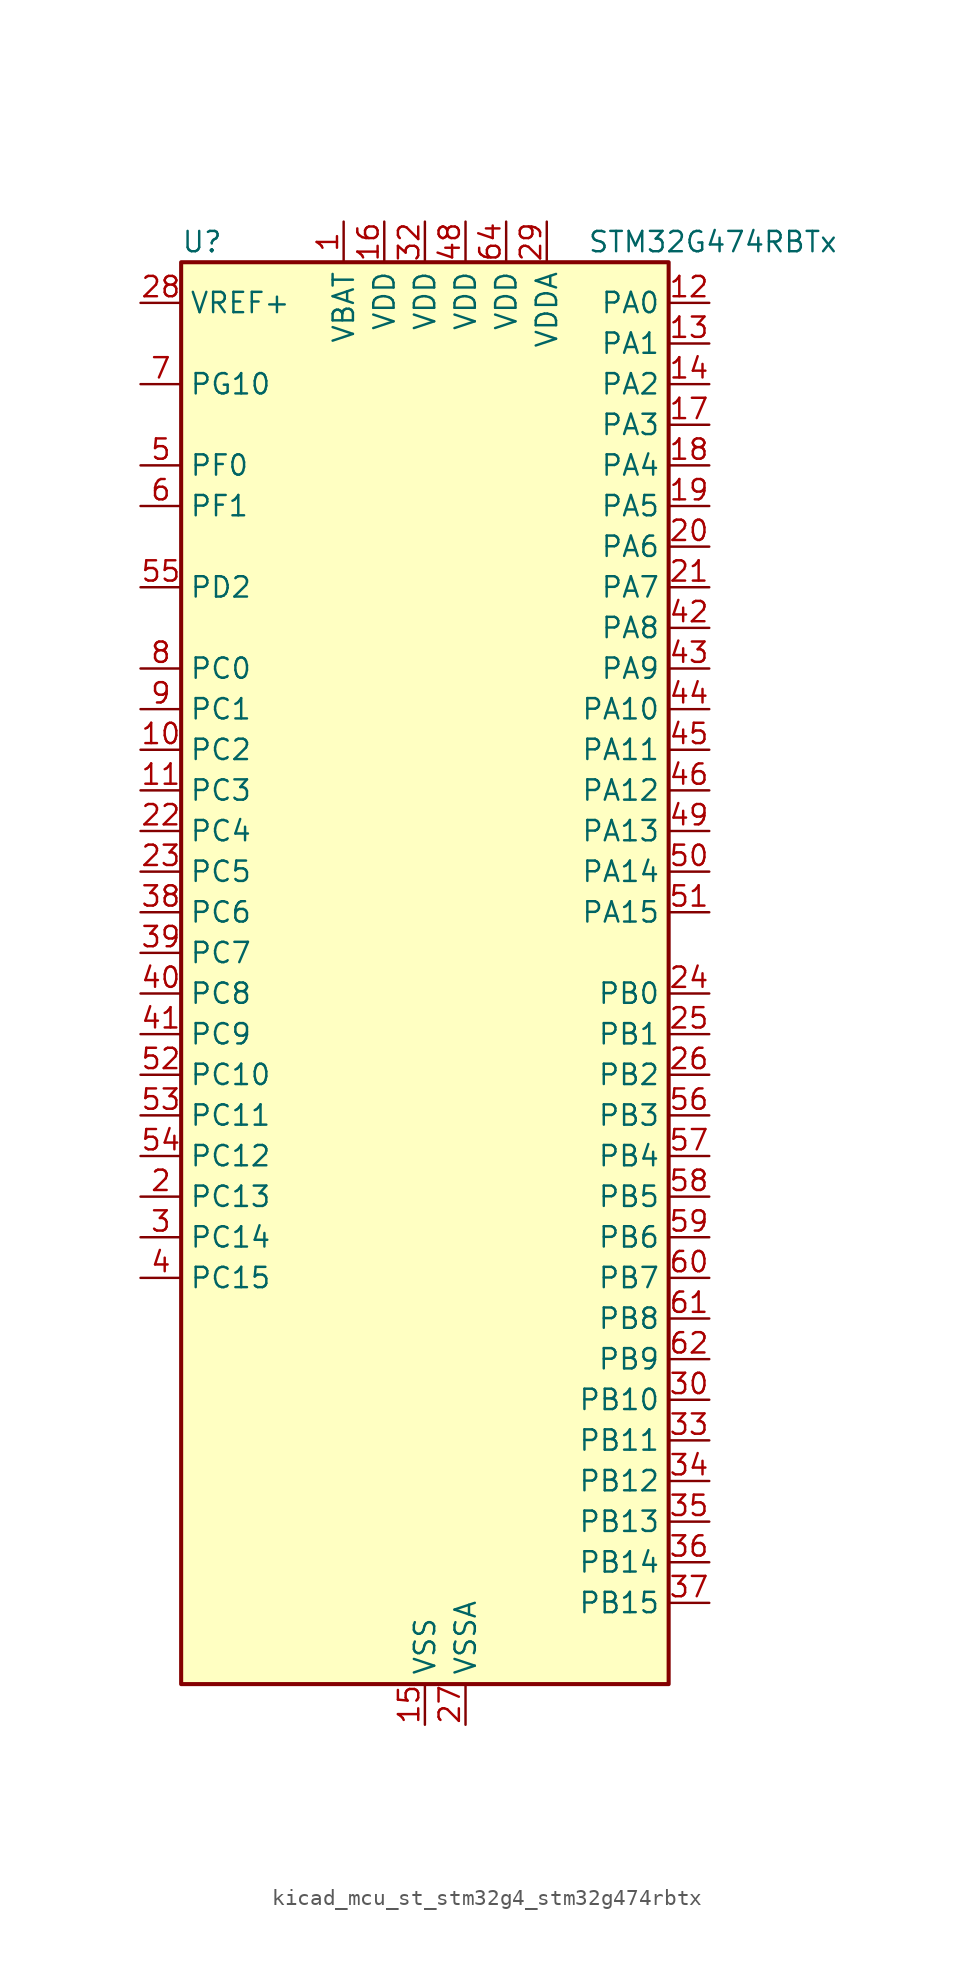
<source format=kicad_sym>
(kicad_symbol_lib
  (version 20220914)
  (generator kicad_symbol_editor)
  (symbol "kicad_mcu_st_stm32g4_stm32g474rbtx"
    (property "Reference" "U"
      (at -15.24 46.99 0)
      (effects (font (size 1.27 1.27)) (justify left)))
    (property "Value" "STM32G474RBTx"
      (at 10.16 46.99 0)
      (effects (font (size 1.27 1.27)) (justify left)))
    (property "ki_locked" ""
      (at 0 0 0)
      (effects (font (size 1.27 1.27))))
    (symbol "kicad_mcu_st_stm32g4_stm32g474rbtx_0_1"
      (rectangle (start -15.24 -43.18) (end 15.24 45.72) (stroke (width 0.254) (type default)) (fill (type background))))
    (symbol "kicad_mcu_st_stm32g4_stm32g474rbtx_1_1"
      (pin power_in line (at -5.08 48.26 270) (length 2.54) (name "VBAT" (effects (font (size 1.27 1.27)))) (number "1" (effects (font (size 1.27 1.27)))))
      (pin bidirectional line (at -17.78 15.24 0) (length 2.54) (name "PC2" (effects (font (size 1.27 1.27)))) (number "10" (effects (font (size 1.27 1.27)))) (alternate "ADC1_IN8" bidirectional line) (alternate "ADC2_IN8" bidirectional line) (alternate "ADC3_EXTI2" bidirectional line) (alternate "ADC4_EXTI2" bidirectional line) (alternate "ADC5_EXTI2" bidirectional line) (alternate "COMP3_OUT" bidirectional line) (alternate "LPTIM1_IN2" bidirectional line) (alternate "QUADSPI1_BK2_IO1" bidirectional line) (alternate "TIM1_CH3" bidirectional line) (alternate "TIM20_CH2" bidirectional line))
      (pin bidirectional line (at -17.78 12.7 0) (length 2.54) (name "PC3" (effects (font (size 1.27 1.27)))) (number "11" (effects (font (size 1.27 1.27)))) (alternate "ADC1_IN9" bidirectional line) (alternate "ADC2_IN9" bidirectional line) (alternate "ADC3_EXTI3" bidirectional line) (alternate "ADC4_EXTI3" bidirectional line) (alternate "ADC5_EXTI3" bidirectional line) (alternate "LPTIM1_ETR" bidirectional line) (alternate "OPAMP5_VINP" bidirectional line) (alternate "OPAMP5_VINP_SEC" bidirectional line) (alternate "QUADSPI1_BK2_IO2" bidirectional line) (alternate "SAI1_D1" bidirectional line) (alternate "SAI1_SD_A" bidirectional line) (alternate "TIM1_BKIN2" bidirectional line) (alternate "TIM1_CH4" bidirectional line))
      (pin bidirectional line (at 17.78 43.18 180) (length 2.54) (name "PA0" (effects (font (size 1.27 1.27)))) (number "12" (effects (font (size 1.27 1.27)))) (alternate "ADC1_IN1" bidirectional line) (alternate "ADC2_IN1" bidirectional line) (alternate "COMP1_INM" bidirectional line) (alternate "COMP1_OUT" bidirectional line) (alternate "COMP3_INP" bidirectional line) (alternate "RTC_TAMP2" bidirectional line) (alternate "SYS_WKUP1" bidirectional line) (alternate "TIM2_CH1" bidirectional line) (alternate "TIM2_ETR" bidirectional line) (alternate "TIM5_CH1" bidirectional line) (alternate "TIM8_BKIN" bidirectional line) (alternate "TIM8_ETR" bidirectional line) (alternate "USART2_CTS" bidirectional line) (alternate "USART2_NSS" bidirectional line))
      (pin bidirectional line (at 17.78 40.64 180) (length 2.54) (name "PA1" (effects (font (size 1.27 1.27)))) (number "13" (effects (font (size 1.27 1.27)))) (alternate "ADC1_IN2" bidirectional line) (alternate "ADC2_IN2" bidirectional line) (alternate "COMP1_INP" bidirectional line) (alternate "OPAMP1_VINP" bidirectional line) (alternate "OPAMP1_VINP_SEC" bidirectional line) (alternate "OPAMP3_VINP" bidirectional line) (alternate "OPAMP3_VINP_SEC" bidirectional line) (alternate "OPAMP6_VINM" bidirectional line) (alternate "OPAMP6_VINM0" bidirectional line) (alternate "OPAMP6_VINM_SEC" bidirectional line) (alternate "RTC_REFIN" bidirectional line) (alternate "TIM15_CH1N" bidirectional line) (alternate "TIM2_CH2" bidirectional line) (alternate "TIM5_CH2" bidirectional line) (alternate "USART2_DE" bidirectional line) (alternate "USART2_RTS" bidirectional line))
      (pin bidirectional line (at 17.78 38.1 180) (length 2.54) (name "PA2" (effects (font (size 1.27 1.27)))) (number "14" (effects (font (size 1.27 1.27)))) (alternate "ADC1_IN3" bidirectional line) (alternate "ADC3_EXTI2" bidirectional line) (alternate "ADC4_EXTI2" bidirectional line) (alternate "ADC5_EXTI2" bidirectional line) (alternate "COMP2_INM" bidirectional line) (alternate "COMP2_OUT" bidirectional line) (alternate "LPUART1_TX" bidirectional line) (alternate "OPAMP1_VOUT" bidirectional line) (alternate "QUADSPI1_BK1_NCS" bidirectional line) (alternate "RCC_LSCO" bidirectional line) (alternate "SYS_WKUP4" bidirectional line) (alternate "TIM15_CH1" bidirectional line) (alternate "TIM2_CH3" bidirectional line) (alternate "TIM5_CH3" bidirectional line) (alternate "UCPD1_FRSTX1" bidirectional line) (alternate "UCPD1_FRSTX2" bidirectional line) (alternate "USART2_TX" bidirectional line))
      (pin power_in line (at 0 -45.72 90) (length 2.54) (name "VSS" (effects (font (size 1.27 1.27)))) (number "15" (effects (font (size 1.27 1.27)))))
      (pin power_in line (at -2.54 48.26 270) (length 2.54) (name "VDD" (effects (font (size 1.27 1.27)))) (number "16" (effects (font (size 1.27 1.27)))))
      (pin bidirectional line (at 17.78 35.56 180) (length 2.54) (name "PA3" (effects (font (size 1.27 1.27)))) (number "17" (effects (font (size 1.27 1.27)))) (alternate "ADC1_IN4" bidirectional line) (alternate "ADC3_EXTI3" bidirectional line) (alternate "ADC4_EXTI3" bidirectional line) (alternate "ADC5_EXTI3" bidirectional line) (alternate "COMP2_INP" bidirectional line) (alternate "LPUART1_RX" bidirectional line) (alternate "OPAMP1_VINM" bidirectional line) (alternate "OPAMP1_VINM0" bidirectional line) (alternate "OPAMP1_VINM_SEC" bidirectional line) (alternate "OPAMP1_VINP" bidirectional line) (alternate "OPAMP1_VINP_SEC" bidirectional line) (alternate "OPAMP5_VINM" bidirectional line) (alternate "OPAMP5_VINM1" bidirectional line) (alternate "OPAMP5_VINM_SEC" bidirectional line) (alternate "QUADSPI1_CLK" bidirectional line) (alternate "SAI1_CK1" bidirectional line) (alternate "SAI1_MCLK_A" bidirectional line) (alternate "TIM15_CH2" bidirectional line) (alternate "TIM2_CH4" bidirectional line) (alternate "TIM5_CH4" bidirectional line) (alternate "USART2_RX" bidirectional line))
      (pin bidirectional line (at 17.78 33.02 180) (length 2.54) (name "PA4" (effects (font (size 1.27 1.27)))) (number "18" (effects (font (size 1.27 1.27)))) (alternate "ADC2_IN17" bidirectional line) (alternate "COMP1_INM" bidirectional line) (alternate "DAC1_OUT1" bidirectional line) (alternate "I2S3_WS" bidirectional line) (alternate "SAI1_FS_B" bidirectional line) (alternate "SPI1_NSS" bidirectional line) (alternate "SPI3_NSS" bidirectional line) (alternate "TIM3_CH2" bidirectional line) (alternate "USART2_CK" bidirectional line))
      (pin bidirectional line (at 17.78 30.48 180) (length 2.54) (name "PA5" (effects (font (size 1.27 1.27)))) (number "19" (effects (font (size 1.27 1.27)))) (alternate "ADC2_IN13" bidirectional line) (alternate "COMP2_INM" bidirectional line) (alternate "DAC1_OUT2" bidirectional line) (alternate "OPAMP2_VINM" bidirectional line) (alternate "OPAMP2_VINM0" bidirectional line) (alternate "OPAMP2_VINM_SEC" bidirectional line) (alternate "SPI1_SCK" bidirectional line) (alternate "TIM2_CH1" bidirectional line) (alternate "TIM2_ETR" bidirectional line) (alternate "UCPD1_FRSTX1" bidirectional line) (alternate "UCPD1_FRSTX2" bidirectional line))
      (pin bidirectional line (at -17.78 -12.7 0) (length 2.54) (name "PC13" (effects (font (size 1.27 1.27)))) (number "2" (effects (font (size 1.27 1.27)))) (alternate "RTC_OUT1" bidirectional line) (alternate "RTC_TAMP1" bidirectional line) (alternate "RTC_TS" bidirectional line) (alternate "SYS_WKUP2" bidirectional line) (alternate "TIM1_BKIN" bidirectional line) (alternate "TIM1_CH1N" bidirectional line) (alternate "TIM8_CH4N" bidirectional line))
      (pin bidirectional line (at 17.78 27.94 180) (length 2.54) (name "PA6" (effects (font (size 1.27 1.27)))) (number "20" (effects (font (size 1.27 1.27)))) (alternate "ADC2_IN3" bidirectional line) (alternate "COMP1_OUT" bidirectional line) (alternate "DAC2_OUT1" bidirectional line) (alternate "LPUART1_CTS" bidirectional line) (alternate "OPAMP2_VOUT" bidirectional line) (alternate "QUADSPI1_BK1_IO3" bidirectional line) (alternate "SPI1_MISO" bidirectional line) (alternate "TIM16_CH1" bidirectional line) (alternate "TIM1_BKIN" bidirectional line) (alternate "TIM3_CH1" bidirectional line) (alternate "TIM8_BKIN" bidirectional line))
      (pin bidirectional line (at 17.78 25.4 180) (length 2.54) (name "PA7" (effects (font (size 1.27 1.27)))) (number "21" (effects (font (size 1.27 1.27)))) (alternate "ADC2_IN4" bidirectional line) (alternate "COMP2_INP" bidirectional line) (alternate "COMP2_OUT" bidirectional line) (alternate "OPAMP1_VINP" bidirectional line) (alternate "OPAMP1_VINP_SEC" bidirectional line) (alternate "OPAMP2_VINP" bidirectional line) (alternate "OPAMP2_VINP_SEC" bidirectional line) (alternate "QUADSPI1_BK1_IO2" bidirectional line) (alternate "SPI1_MOSI" bidirectional line) (alternate "TIM17_CH1" bidirectional line) (alternate "TIM1_CH1N" bidirectional line) (alternate "TIM3_CH2" bidirectional line) (alternate "TIM8_CH1N" bidirectional line) (alternate "UCPD1_FRSTX1" bidirectional line) (alternate "UCPD1_FRSTX2" bidirectional line))
      (pin bidirectional line (at -17.78 10.16 0) (length 2.54) (name "PC4" (effects (font (size 1.27 1.27)))) (number "22" (effects (font (size 1.27 1.27)))) (alternate "ADC2_IN5" bidirectional line) (alternate "I2C2_SCL" bidirectional line) (alternate "QUADSPI1_BK2_IO3" bidirectional line) (alternate "TIM1_ETR" bidirectional line) (alternate "USART1_TX" bidirectional line))
      (pin bidirectional line (at -17.78 7.62 0) (length 2.54) (name "PC5" (effects (font (size 1.27 1.27)))) (number "23" (effects (font (size 1.27 1.27)))) (alternate "ADC2_IN11" bidirectional line) (alternate "HRTIM1_EEV10" bidirectional line) (alternate "OPAMP1_VINM" bidirectional line) (alternate "OPAMP1_VINM1" bidirectional line) (alternate "OPAMP1_VINM_SEC" bidirectional line) (alternate "OPAMP2_VINM" bidirectional line) (alternate "OPAMP2_VINM1" bidirectional line) (alternate "OPAMP2_VINM_SEC" bidirectional line) (alternate "SAI1_D3" bidirectional line) (alternate "SYS_WKUP5" bidirectional line) (alternate "TIM15_BKIN" bidirectional line) (alternate "TIM1_CH4N" bidirectional line) (alternate "USART1_RX" bidirectional line))
      (pin bidirectional line (at 17.78 0 180) (length 2.54) (name "PB0" (effects (font (size 1.27 1.27)))) (number "24" (effects (font (size 1.27 1.27)))) (alternate "ADC1_IN15" bidirectional line) (alternate "ADC3_IN12" bidirectional line) (alternate "COMP4_INP" bidirectional line) (alternate "HRTIM1_FLT5" bidirectional line) (alternate "OPAMP2_VINP" bidirectional line) (alternate "OPAMP2_VINP_SEC" bidirectional line) (alternate "OPAMP3_VINP" bidirectional line) (alternate "OPAMP3_VINP_SEC" bidirectional line) (alternate "QUADSPI1_BK1_IO1" bidirectional line) (alternate "TIM1_CH2N" bidirectional line) (alternate "TIM3_CH3" bidirectional line) (alternate "TIM8_CH2N" bidirectional line) (alternate "UCPD1_FRSTX1" bidirectional line) (alternate "UCPD1_FRSTX2" bidirectional line))
      (pin bidirectional line (at 17.78 -2.54 180) (length 2.54) (name "PB1" (effects (font (size 1.27 1.27)))) (number "25" (effects (font (size 1.27 1.27)))) (alternate "ADC1_IN12" bidirectional line) (alternate "ADC3_IN1" bidirectional line) (alternate "COMP1_INP" bidirectional line) (alternate "COMP4_OUT" bidirectional line) (alternate "HRTIM1_SCOUT" bidirectional line) (alternate "LPUART1_DE" bidirectional line) (alternate "LPUART1_RTS" bidirectional line) (alternate "OPAMP3_VOUT" bidirectional line) (alternate "OPAMP6_VINM" bidirectional line) (alternate "OPAMP6_VINM1" bidirectional line) (alternate "OPAMP6_VINM_SEC" bidirectional line) (alternate "QUADSPI1_BK1_IO0" bidirectional line) (alternate "TIM1_CH3N" bidirectional line) (alternate "TIM3_CH4" bidirectional line) (alternate "TIM8_CH3N" bidirectional line))
      (pin bidirectional line (at 17.78 -5.08 180) (length 2.54) (name "PB2" (effects (font (size 1.27 1.27)))) (number "26" (effects (font (size 1.27 1.27)))) (alternate "ADC2_IN12" bidirectional line) (alternate "ADC3_EXTI2" bidirectional line) (alternate "ADC4_EXTI2" bidirectional line) (alternate "ADC5_EXTI2" bidirectional line) (alternate "COMP4_INM" bidirectional line) (alternate "HRTIM1_SCIN" bidirectional line) (alternate "I2C3_SMBA" bidirectional line) (alternate "LPTIM1_OUT" bidirectional line) (alternate "OPAMP3_VINM" bidirectional line) (alternate "OPAMP3_VINM0" bidirectional line) (alternate "OPAMP3_VINM_SEC" bidirectional line) (alternate "QUADSPI1_BK2_IO1" bidirectional line) (alternate "RTC_OUT2" bidirectional line) (alternate "TIM20_CH1" bidirectional line) (alternate "TIM5_CH1" bidirectional line))
      (pin power_in line (at 2.54 -45.72 90) (length 2.54) (name "VSSA" (effects (font (size 1.27 1.27)))) (number "27" (effects (font (size 1.27 1.27)))))
      (pin input line (at -17.78 43.18 0) (length 2.54) (name "VREF+" (effects (font (size 1.27 1.27)))) (number "28" (effects (font (size 1.27 1.27)))) (alternate "VREFBUF_OUT" bidirectional line))
      (pin power_in line (at 7.62 48.26 270) (length 2.54) (name "VDDA" (effects (font (size 1.27 1.27)))) (number "29" (effects (font (size 1.27 1.27)))))
      (pin bidirectional line (at -17.78 -15.24 0) (length 2.54) (name "PC14" (effects (font (size 1.27 1.27)))) (number "3" (effects (font (size 1.27 1.27)))) (alternate "RCC_OSC32_IN" bidirectional line))
      (pin bidirectional line (at 17.78 -25.4 180) (length 2.54) (name "PB10" (effects (font (size 1.27 1.27)))) (number "30" (effects (font (size 1.27 1.27)))) (alternate "COMP5_INM" bidirectional line) (alternate "DAC1_EXTI10" bidirectional line) (alternate "DAC2_EXTI10" bidirectional line) (alternate "DAC3_EXTI10" bidirectional line) (alternate "DAC4_EXTI10" bidirectional line) (alternate "HRTIM1_FLT3" bidirectional line) (alternate "LPUART1_RX" bidirectional line) (alternate "OPAMP3_VINM" bidirectional line) (alternate "OPAMP3_VINM1" bidirectional line) (alternate "OPAMP3_VINM_SEC" bidirectional line) (alternate "OPAMP4_VINM" bidirectional line) (alternate "OPAMP4_VINM0" bidirectional line) (alternate "OPAMP4_VINM_SEC" bidirectional line) (alternate "QUADSPI1_CLK" bidirectional line) (alternate "SAI1_SCK_A" bidirectional line) (alternate "TIM1_BKIN" bidirectional line) (alternate "TIM2_CH3" bidirectional line) (alternate "USART3_TX" bidirectional line))
      (pin passive line (at 0 -45.72 90) (length 2.54) hide (name "VSS" (effects (font (size 1.27 1.27)))) (number "31" (effects (font (size 1.27 1.27)))))
      (pin power_in line (at 0 48.26 270) (length 2.54) (name "VDD" (effects (font (size 1.27 1.27)))) (number "32" (effects (font (size 1.27 1.27)))))
      (pin bidirectional line (at 17.78 -27.94 180) (length 2.54) (name "PB11" (effects (font (size 1.27 1.27)))) (number "33" (effects (font (size 1.27 1.27)))) (alternate "ADC1_EXTI11" bidirectional line) (alternate "ADC1_IN14" bidirectional line) (alternate "ADC2_EXTI11" bidirectional line) (alternate "ADC2_IN14" bidirectional line) (alternate "COMP6_INP" bidirectional line) (alternate "HRTIM1_FLT4" bidirectional line) (alternate "LPUART1_TX" bidirectional line) (alternate "OPAMP4_VINP" bidirectional line) (alternate "OPAMP4_VINP_SEC" bidirectional line) (alternate "OPAMP6_VOUT" bidirectional line) (alternate "QUADSPI1_BK1_NCS" bidirectional line) (alternate "TIM2_CH4" bidirectional line) (alternate "USART3_RX" bidirectional line))
      (pin bidirectional line (at 17.78 -30.48 180) (length 2.54) (name "PB12" (effects (font (size 1.27 1.27)))) (number "34" (effects (font (size 1.27 1.27)))) (alternate "ADC1_IN11" bidirectional line) (alternate "ADC4_IN3" bidirectional line) (alternate "COMP7_INM" bidirectional line) (alternate "FDCAN2_RX" bidirectional line) (alternate "HRTIM1_CHC1" bidirectional line) (alternate "I2C2_SMBA" bidirectional line) (alternate "I2S2_WS" bidirectional line) (alternate "LPUART1_DE" bidirectional line) (alternate "LPUART1_RTS" bidirectional line) (alternate "OPAMP4_VOUT" bidirectional line) (alternate "OPAMP6_VINP" bidirectional line) (alternate "OPAMP6_VINP_SEC" bidirectional line) (alternate "SPI2_NSS" bidirectional line) (alternate "TIM1_BKIN" bidirectional line) (alternate "TIM5_ETR" bidirectional line) (alternate "USART3_CK" bidirectional line))
      (pin bidirectional line (at 17.78 -33.02 180) (length 2.54) (name "PB13" (effects (font (size 1.27 1.27)))) (number "35" (effects (font (size 1.27 1.27)))) (alternate "ADC3_IN5" bidirectional line) (alternate "COMP5_INP" bidirectional line) (alternate "FDCAN2_TX" bidirectional line) (alternate "HRTIM1_CHC2" bidirectional line) (alternate "I2S2_CK" bidirectional line) (alternate "LPUART1_CTS" bidirectional line) (alternate "OPAMP3_VINP" bidirectional line) (alternate "OPAMP3_VINP_SEC" bidirectional line) (alternate "OPAMP4_VINP" bidirectional line) (alternate "OPAMP4_VINP_SEC" bidirectional line) (alternate "OPAMP6_VINP" bidirectional line) (alternate "OPAMP6_VINP_SEC" bidirectional line) (alternate "SPI2_SCK" bidirectional line) (alternate "TIM1_CH1N" bidirectional line) (alternate "USART3_CTS" bidirectional line) (alternate "USART3_NSS" bidirectional line))
      (pin bidirectional line (at 17.78 -35.56 180) (length 2.54) (name "PB14" (effects (font (size 1.27 1.27)))) (number "36" (effects (font (size 1.27 1.27)))) (alternate "ADC1_IN5" bidirectional line) (alternate "ADC4_IN4" bidirectional line) (alternate "COMP4_OUT" bidirectional line) (alternate "COMP7_INP" bidirectional line) (alternate "HRTIM1_CHD1" bidirectional line) (alternate "OPAMP2_VINP" bidirectional line) (alternate "OPAMP2_VINP_SEC" bidirectional line) (alternate "OPAMP5_VINP" bidirectional line) (alternate "OPAMP5_VINP_SEC" bidirectional line) (alternate "SPI2_MISO" bidirectional line) (alternate "TIM15_CH1" bidirectional line) (alternate "TIM1_CH2N" bidirectional line) (alternate "USART3_DE" bidirectional line) (alternate "USART3_RTS" bidirectional line))
      (pin bidirectional line (at 17.78 -38.1 180) (length 2.54) (name "PB15" (effects (font (size 1.27 1.27)))) (number "37" (effects (font (size 1.27 1.27)))) (alternate "ADC1_EXTI15" bidirectional line) (alternate "ADC2_EXTI15" bidirectional line) (alternate "ADC2_IN15" bidirectional line) (alternate "ADC4_IN5" bidirectional line) (alternate "COMP3_OUT" bidirectional line) (alternate "COMP6_INM" bidirectional line) (alternate "HRTIM1_CHD2" bidirectional line) (alternate "I2S2_SD" bidirectional line) (alternate "OPAMP5_VINM" bidirectional line) (alternate "OPAMP5_VINM0" bidirectional line) (alternate "OPAMP5_VINM_SEC" bidirectional line) (alternate "RTC_REFIN" bidirectional line) (alternate "SPI2_MOSI" bidirectional line) (alternate "TIM15_CH1N" bidirectional line) (alternate "TIM15_CH2" bidirectional line) (alternate "TIM1_CH3N" bidirectional line))
      (pin bidirectional line (at -17.78 5.08 0) (length 2.54) (name "PC6" (effects (font (size 1.27 1.27)))) (number "38" (effects (font (size 1.27 1.27)))) (alternate "COMP6_OUT" bidirectional line) (alternate "HRTIM1_CHF1" bidirectional line) (alternate "HRTIM1_EEV10" bidirectional line) (alternate "I2C4_SCL" bidirectional line) (alternate "I2S2_MCK" bidirectional line) (alternate "TIM3_CH1" bidirectional line) (alternate "TIM8_CH1" bidirectional line))
      (pin bidirectional line (at -17.78 2.54 0) (length 2.54) (name "PC7" (effects (font (size 1.27 1.27)))) (number "39" (effects (font (size 1.27 1.27)))) (alternate "COMP5_OUT" bidirectional line) (alternate "HRTIM1_CHF2" bidirectional line) (alternate "HRTIM1_FLT5" bidirectional line) (alternate "I2C4_SDA" bidirectional line) (alternate "I2S3_MCK" bidirectional line) (alternate "TIM3_CH2" bidirectional line) (alternate "TIM8_CH2" bidirectional line))
      (pin bidirectional line (at -17.78 -17.78 0) (length 2.54) (name "PC15" (effects (font (size 1.27 1.27)))) (number "4" (effects (font (size 1.27 1.27)))) (alternate "ADC1_EXTI15" bidirectional line) (alternate "ADC2_EXTI15" bidirectional line) (alternate "RCC_OSC32_OUT" bidirectional line))
      (pin bidirectional line (at -17.78 0 0) (length 2.54) (name "PC8" (effects (font (size 1.27 1.27)))) (number "40" (effects (font (size 1.27 1.27)))) (alternate "COMP7_OUT" bidirectional line) (alternate "HRTIM1_CHE1" bidirectional line) (alternate "I2C3_SCL" bidirectional line) (alternate "TIM20_CH3" bidirectional line) (alternate "TIM3_CH3" bidirectional line) (alternate "TIM8_CH3" bidirectional line))
      (pin bidirectional line (at -17.78 -2.54 0) (length 2.54) (name "PC9" (effects (font (size 1.27 1.27)))) (number "41" (effects (font (size 1.27 1.27)))) (alternate "DAC1_EXTI9" bidirectional line) (alternate "DAC2_EXTI9" bidirectional line) (alternate "DAC3_EXTI9" bidirectional line) (alternate "DAC4_EXTI9" bidirectional line) (alternate "HRTIM1_CHE2" bidirectional line) (alternate "I2C3_SDA" bidirectional line) (alternate "I2S_CKIN" bidirectional line) (alternate "TIM3_CH4" bidirectional line) (alternate "TIM8_BKIN2" bidirectional line) (alternate "TIM8_CH4" bidirectional line))
      (pin bidirectional line (at 17.78 22.86 180) (length 2.54) (name "PA8" (effects (font (size 1.27 1.27)))) (number "42" (effects (font (size 1.27 1.27)))) (alternate "ADC5_IN1" bidirectional line) (alternate "COMP7_OUT" bidirectional line) (alternate "FDCAN3_RX" bidirectional line) (alternate "HRTIM1_CHA1" bidirectional line) (alternate "I2C2_SDA" bidirectional line) (alternate "I2C3_SCL" bidirectional line) (alternate "I2S2_MCK" bidirectional line) (alternate "OPAMP5_VOUT" bidirectional line) (alternate "RCC_MCO" bidirectional line) (alternate "SAI1_CK2" bidirectional line) (alternate "SAI1_SCK_A" bidirectional line) (alternate "TIM1_CH1" bidirectional line) (alternate "TIM4_ETR" bidirectional line) (alternate "USART1_CK" bidirectional line))
      (pin bidirectional line (at 17.78 20.32 180) (length 2.54) (name "PA9" (effects (font (size 1.27 1.27)))) (number "43" (effects (font (size 1.27 1.27)))) (alternate "ADC5_IN2" bidirectional line) (alternate "COMP5_OUT" bidirectional line) (alternate "DAC1_EXTI9" bidirectional line) (alternate "DAC2_EXTI9" bidirectional line) (alternate "DAC3_EXTI9" bidirectional line) (alternate "DAC4_EXTI9" bidirectional line) (alternate "HRTIM1_CHA2" bidirectional line) (alternate "I2C2_SCL" bidirectional line) (alternate "I2C3_SMBA" bidirectional line) (alternate "I2S3_MCK" bidirectional line) (alternate "SAI1_FS_A" bidirectional line) (alternate "TIM15_BKIN" bidirectional line) (alternate "TIM1_CH2" bidirectional line) (alternate "TIM2_CH3" bidirectional line) (alternate "UCPD1_DBCC1" bidirectional line) (alternate "USART1_TX" bidirectional line))
      (pin bidirectional line (at 17.78 17.78 180) (length 2.54) (name "PA10" (effects (font (size 1.27 1.27)))) (number "44" (effects (font (size 1.27 1.27)))) (alternate "COMP6_OUT" bidirectional line) (alternate "CRS_SYNC" bidirectional line) (alternate "DAC1_EXTI10" bidirectional line) (alternate "DAC2_EXTI10" bidirectional line) (alternate "DAC3_EXTI10" bidirectional line) (alternate "DAC4_EXTI10" bidirectional line) (alternate "HRTIM1_CHB1" bidirectional line) (alternate "I2C2_SMBA" bidirectional line) (alternate "SAI1_D1" bidirectional line) (alternate "SAI1_SD_A" bidirectional line) (alternate "SPI2_MISO" bidirectional line) (alternate "TIM17_BKIN" bidirectional line) (alternate "TIM1_CH3" bidirectional line) (alternate "TIM2_CH4" bidirectional line) (alternate "TIM8_BKIN" bidirectional line) (alternate "UCPD1_DBCC2" bidirectional line) (alternate "USART1_RX" bidirectional line))
      (pin bidirectional line (at 17.78 15.24 180) (length 2.54) (name "PA11" (effects (font (size 1.27 1.27)))) (number "45" (effects (font (size 1.27 1.27)))) (alternate "ADC1_EXTI11" bidirectional line) (alternate "ADC2_EXTI11" bidirectional line) (alternate "COMP1_OUT" bidirectional line) (alternate "FDCAN1_RX" bidirectional line) (alternate "HRTIM1_CHB2" bidirectional line) (alternate "I2S2_SD" bidirectional line) (alternate "SPI2_MOSI" bidirectional line) (alternate "TIM1_BKIN2" bidirectional line) (alternate "TIM1_CH1N" bidirectional line) (alternate "TIM1_CH4" bidirectional line) (alternate "TIM4_CH1" bidirectional line) (alternate "USART1_CTS" bidirectional line) (alternate "USART1_NSS" bidirectional line) (alternate "USB_DM" bidirectional line))
      (pin bidirectional line (at 17.78 12.7 180) (length 2.54) (name "PA12" (effects (font (size 1.27 1.27)))) (number "46" (effects (font (size 1.27 1.27)))) (alternate "COMP2_OUT" bidirectional line) (alternate "FDCAN1_TX" bidirectional line) (alternate "HRTIM1_FLT1" bidirectional line) (alternate "I2S_CKIN" bidirectional line) (alternate "TIM16_CH1" bidirectional line) (alternate "TIM1_CH2N" bidirectional line) (alternate "TIM1_ETR" bidirectional line) (alternate "TIM4_CH2" bidirectional line) (alternate "USART1_DE" bidirectional line) (alternate "USART1_RTS" bidirectional line) (alternate "USB_DP" bidirectional line))
      (pin passive line (at 0 -45.72 90) (length 2.54) hide (name "VSS" (effects (font (size 1.27 1.27)))) (number "47" (effects (font (size 1.27 1.27)))))
      (pin power_in line (at 2.54 48.26 270) (length 2.54) (name "VDD" (effects (font (size 1.27 1.27)))) (number "48" (effects (font (size 1.27 1.27)))))
      (pin bidirectional line (at 17.78 10.16 180) (length 2.54) (name "PA13" (effects (font (size 1.27 1.27)))) (number "49" (effects (font (size 1.27 1.27)))) (alternate "I2C1_SCL" bidirectional line) (alternate "I2C4_SCL" bidirectional line) (alternate "IR_OUT" bidirectional line) (alternate "SAI1_SD_B" bidirectional line) (alternate "SYS_JTMS-SWDIO" bidirectional line) (alternate "TIM16_CH1N" bidirectional line) (alternate "TIM4_CH3" bidirectional line) (alternate "USART3_CTS" bidirectional line) (alternate "USART3_NSS" bidirectional line))
      (pin bidirectional line (at -17.78 33.02 0) (length 2.54) (name "PF0" (effects (font (size 1.27 1.27)))) (number "5" (effects (font (size 1.27 1.27)))) (alternate "ADC1_IN10" bidirectional line) (alternate "I2C2_SDA" bidirectional line) (alternate "I2S2_WS" bidirectional line) (alternate "RCC_OSC_IN" bidirectional line) (alternate "SPI2_NSS" bidirectional line) (alternate "TIM1_CH3N" bidirectional line))
      (pin bidirectional line (at 17.78 7.62 180) (length 2.54) (name "PA14" (effects (font (size 1.27 1.27)))) (number "50" (effects (font (size 1.27 1.27)))) (alternate "I2C1_SDA" bidirectional line) (alternate "I2C4_SMBA" bidirectional line) (alternate "LPTIM1_OUT" bidirectional line) (alternate "SAI1_FS_B" bidirectional line) (alternate "SYS_JTCK-SWCLK" bidirectional line) (alternate "TIM1_BKIN" bidirectional line) (alternate "TIM8_CH2" bidirectional line) (alternate "USART2_TX" bidirectional line))
      (pin bidirectional line (at 17.78 5.08 180) (length 2.54) (name "PA15" (effects (font (size 1.27 1.27)))) (number "51" (effects (font (size 1.27 1.27)))) (alternate "ADC1_EXTI15" bidirectional line) (alternate "ADC2_EXTI15" bidirectional line) (alternate "FDCAN3_TX" bidirectional line) (alternate "HRTIM1_FLT2" bidirectional line) (alternate "I2C1_SCL" bidirectional line) (alternate "I2S3_WS" bidirectional line) (alternate "SPI1_NSS" bidirectional line) (alternate "SPI3_NSS" bidirectional line) (alternate "SYS_JTDI" bidirectional line) (alternate "TIM1_BKIN" bidirectional line) (alternate "TIM2_CH1" bidirectional line) (alternate "TIM2_ETR" bidirectional line) (alternate "TIM8_CH1" bidirectional line) (alternate "UART4_DE" bidirectional line) (alternate "UART4_RTS" bidirectional line) (alternate "USART2_RX" bidirectional line))
      (pin bidirectional line (at -17.78 -5.08 0) (length 2.54) (name "PC10" (effects (font (size 1.27 1.27)))) (number "52" (effects (font (size 1.27 1.27)))) (alternate "DAC1_EXTI10" bidirectional line) (alternate "DAC2_EXTI10" bidirectional line) (alternate "DAC3_EXTI10" bidirectional line) (alternate "DAC4_EXTI10" bidirectional line) (alternate "HRTIM1_FLT6" bidirectional line) (alternate "I2S3_CK" bidirectional line) (alternate "SPI3_SCK" bidirectional line) (alternate "TIM8_CH1N" bidirectional line) (alternate "UART4_TX" bidirectional line) (alternate "USART3_TX" bidirectional line))
      (pin bidirectional line (at -17.78 -7.62 0) (length 2.54) (name "PC11" (effects (font (size 1.27 1.27)))) (number "53" (effects (font (size 1.27 1.27)))) (alternate "ADC1_EXTI11" bidirectional line) (alternate "ADC2_EXTI11" bidirectional line) (alternate "HRTIM1_EEV2" bidirectional line) (alternate "I2C3_SDA" bidirectional line) (alternate "SPI3_MISO" bidirectional line) (alternate "TIM8_CH2N" bidirectional line) (alternate "UART4_RX" bidirectional line) (alternate "USART3_RX" bidirectional line))
      (pin bidirectional line (at -17.78 -10.16 0) (length 2.54) (name "PC12" (effects (font (size 1.27 1.27)))) (number "54" (effects (font (size 1.27 1.27)))) (alternate "HRTIM1_EEV1" bidirectional line) (alternate "I2S3_SD" bidirectional line) (alternate "SPI3_MOSI" bidirectional line) (alternate "TIM5_CH2" bidirectional line) (alternate "TIM8_CH3N" bidirectional line) (alternate "UART5_TX" bidirectional line) (alternate "UCPD1_FRSTX1" bidirectional line) (alternate "UCPD1_FRSTX2" bidirectional line) (alternate "USART3_CK" bidirectional line))
      (pin bidirectional line (at -17.78 25.4 0) (length 2.54) (name "PD2" (effects (font (size 1.27 1.27)))) (number "55" (effects (font (size 1.27 1.27)))) (alternate "ADC3_EXTI2" bidirectional line) (alternate "ADC4_EXTI2" bidirectional line) (alternate "ADC5_EXTI2" bidirectional line) (alternate "TIM3_ETR" bidirectional line) (alternate "TIM8_BKIN" bidirectional line) (alternate "UART5_RX" bidirectional line))
      (pin bidirectional line (at 17.78 -7.62 180) (length 2.54) (name "PB3" (effects (font (size 1.27 1.27)))) (number "56" (effects (font (size 1.27 1.27)))) (alternate "ADC3_EXTI3" bidirectional line) (alternate "ADC4_EXTI3" bidirectional line) (alternate "ADC5_EXTI3" bidirectional line) (alternate "CRS_SYNC" bidirectional line) (alternate "FDCAN3_RX" bidirectional line) (alternate "HRTIM1_EEV9" bidirectional line) (alternate "HRTIM1_SCOUT" bidirectional line) (alternate "I2S3_CK" bidirectional line) (alternate "SAI1_SCK_B" bidirectional line) (alternate "SPI1_SCK" bidirectional line) (alternate "SPI3_SCK" bidirectional line) (alternate "SYS_JTDO-SWO" bidirectional line) (alternate "TIM2_CH2" bidirectional line) (alternate "TIM3_ETR" bidirectional line) (alternate "TIM4_ETR" bidirectional line) (alternate "TIM8_CH1N" bidirectional line) (alternate "USART2_TX" bidirectional line))
      (pin bidirectional line (at 17.78 -10.16 180) (length 2.54) (name "PB4" (effects (font (size 1.27 1.27)))) (number "57" (effects (font (size 1.27 1.27)))) (alternate "FDCAN3_TX" bidirectional line) (alternate "HRTIM1_EEV7" bidirectional line) (alternate "SAI1_MCLK_B" bidirectional line) (alternate "SPI1_MISO" bidirectional line) (alternate "SPI3_MISO" bidirectional line) (alternate "SYS_JTRST" bidirectional line) (alternate "TIM16_CH1" bidirectional line) (alternate "TIM17_BKIN" bidirectional line) (alternate "TIM3_CH1" bidirectional line) (alternate "TIM8_CH2N" bidirectional line) (alternate "UART5_DE" bidirectional line) (alternate "UART5_RTS" bidirectional line) (alternate "UCPD1_CC2" bidirectional line) (alternate "USART2_RX" bidirectional line))
      (pin bidirectional line (at 17.78 -12.7 180) (length 2.54) (name "PB5" (effects (font (size 1.27 1.27)))) (number "58" (effects (font (size 1.27 1.27)))) (alternate "FDCAN2_RX" bidirectional line) (alternate "HRTIM1_EEV6" bidirectional line) (alternate "I2C1_SMBA" bidirectional line) (alternate "I2C3_SDA" bidirectional line) (alternate "I2S3_SD" bidirectional line) (alternate "LPTIM1_IN1" bidirectional line) (alternate "SAI1_SD_B" bidirectional line) (alternate "SPI1_MOSI" bidirectional line) (alternate "SPI3_MOSI" bidirectional line) (alternate "TIM16_BKIN" bidirectional line) (alternate "TIM17_CH1" bidirectional line) (alternate "TIM3_CH2" bidirectional line) (alternate "TIM8_CH3N" bidirectional line) (alternate "UART5_CTS" bidirectional line) (alternate "USART2_CK" bidirectional line))
      (pin bidirectional line (at 17.78 -15.24 180) (length 2.54) (name "PB6" (effects (font (size 1.27 1.27)))) (number "59" (effects (font (size 1.27 1.27)))) (alternate "COMP4_OUT" bidirectional line) (alternate "FDCAN2_TX" bidirectional line) (alternate "HRTIM1_EEV4" bidirectional line) (alternate "HRTIM1_SCIN" bidirectional line) (alternate "LPTIM1_ETR" bidirectional line) (alternate "SAI1_FS_B" bidirectional line) (alternate "TIM16_CH1N" bidirectional line) (alternate "TIM4_CH1" bidirectional line) (alternate "TIM8_BKIN2" bidirectional line) (alternate "TIM8_CH1" bidirectional line) (alternate "TIM8_ETR" bidirectional line) (alternate "UCPD1_CC1" bidirectional line) (alternate "USART1_TX" bidirectional line))
      (pin bidirectional line (at -17.78 30.48 0) (length 2.54) (name "PF1" (effects (font (size 1.27 1.27)))) (number "6" (effects (font (size 1.27 1.27)))) (alternate "ADC2_IN10" bidirectional line) (alternate "COMP3_INM" bidirectional line) (alternate "I2S2_CK" bidirectional line) (alternate "RCC_OSC_OUT" bidirectional line) (alternate "SPI2_SCK" bidirectional line))
      (pin bidirectional line (at 17.78 -17.78 180) (length 2.54) (name "PB7" (effects (font (size 1.27 1.27)))) (number "60" (effects (font (size 1.27 1.27)))) (alternate "COMP3_OUT" bidirectional line) (alternate "HRTIM1_EEV3" bidirectional line) (alternate "I2C1_SDA" bidirectional line) (alternate "I2C4_SDA" bidirectional line) (alternate "LPTIM1_IN2" bidirectional line) (alternate "SYS_PVD_IN" bidirectional line) (alternate "TIM17_CH1N" bidirectional line) (alternate "TIM3_CH4" bidirectional line) (alternate "TIM4_CH2" bidirectional line) (alternate "TIM8_BKIN" bidirectional line) (alternate "UART4_CTS" bidirectional line) (alternate "USART1_RX" bidirectional line))
      (pin bidirectional line (at 17.78 -20.32 180) (length 2.54) (name "PB8" (effects (font (size 1.27 1.27)))) (number "61" (effects (font (size 1.27 1.27)))) (alternate "COMP1_OUT" bidirectional line) (alternate "FDCAN1_RX" bidirectional line) (alternate "HRTIM1_EEV8" bidirectional line) (alternate "I2C1_SCL" bidirectional line) (alternate "SAI1_CK1" bidirectional line) (alternate "SAI1_MCLK_A" bidirectional line) (alternate "TIM16_CH1" bidirectional line) (alternate "TIM1_BKIN" bidirectional line) (alternate "TIM4_CH3" bidirectional line) (alternate "TIM8_CH2" bidirectional line) (alternate "USART3_RX" bidirectional line))
      (pin bidirectional line (at 17.78 -22.86 180) (length 2.54) (name "PB9" (effects (font (size 1.27 1.27)))) (number "62" (effects (font (size 1.27 1.27)))) (alternate "COMP2_OUT" bidirectional line) (alternate "DAC1_EXTI9" bidirectional line) (alternate "DAC2_EXTI9" bidirectional line) (alternate "DAC3_EXTI9" bidirectional line) (alternate "DAC4_EXTI9" bidirectional line) (alternate "FDCAN1_TX" bidirectional line) (alternate "HRTIM1_EEV5" bidirectional line) (alternate "I2C1_SDA" bidirectional line) (alternate "IR_OUT" bidirectional line) (alternate "SAI1_D2" bidirectional line) (alternate "SAI1_FS_A" bidirectional line) (alternate "TIM17_CH1" bidirectional line) (alternate "TIM1_CH3N" bidirectional line) (alternate "TIM4_CH4" bidirectional line) (alternate "TIM8_CH3" bidirectional line) (alternate "USART3_TX" bidirectional line))
      (pin passive line (at 0 -45.72 90) (length 2.54) hide (name "VSS" (effects (font (size 1.27 1.27)))) (number "63" (effects (font (size 1.27 1.27)))))
      (pin power_in line (at 5.08 48.26 270) (length 2.54) (name "VDD" (effects (font (size 1.27 1.27)))) (number "64" (effects (font (size 1.27 1.27)))))
      (pin bidirectional line (at -17.78 38.1 0) (length 2.54) (name "PG10" (effects (font (size 1.27 1.27)))) (number "7" (effects (font (size 1.27 1.27)))) (alternate "DAC1_EXTI10" bidirectional line) (alternate "DAC2_EXTI10" bidirectional line) (alternate "DAC3_EXTI10" bidirectional line) (alternate "DAC4_EXTI10" bidirectional line) (alternate "RCC_MCO" bidirectional line))
      (pin bidirectional line (at -17.78 20.32 0) (length 2.54) (name "PC0" (effects (font (size 1.27 1.27)))) (number "8" (effects (font (size 1.27 1.27)))) (alternate "ADC1_IN6" bidirectional line) (alternate "ADC2_IN6" bidirectional line) (alternate "COMP3_INM" bidirectional line) (alternate "LPTIM1_IN1" bidirectional line) (alternate "LPUART1_RX" bidirectional line) (alternate "TIM1_CH1" bidirectional line))
      (pin bidirectional line (at -17.78 17.78 0) (length 2.54) (name "PC1" (effects (font (size 1.27 1.27)))) (number "9" (effects (font (size 1.27 1.27)))) (alternate "ADC1_IN7" bidirectional line) (alternate "ADC2_IN7" bidirectional line) (alternate "COMP3_INP" bidirectional line) (alternate "LPTIM1_OUT" bidirectional line) (alternate "LPUART1_TX" bidirectional line) (alternate "QUADSPI1_BK2_IO0" bidirectional line) (alternate "SAI1_SD_A" bidirectional line) (alternate "TIM1_CH2" bidirectional line)))))
</source>
